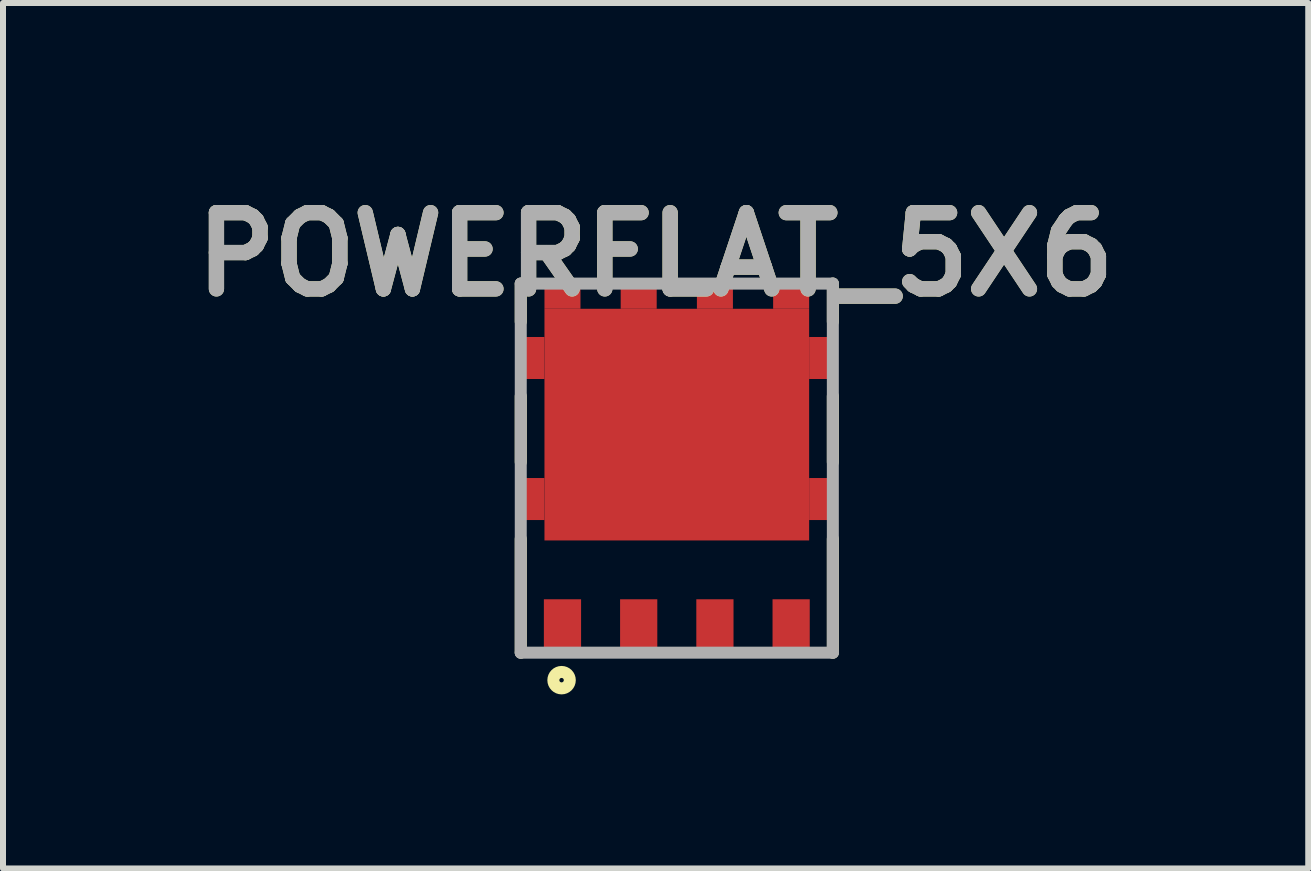
<source format=kicad_pcb>
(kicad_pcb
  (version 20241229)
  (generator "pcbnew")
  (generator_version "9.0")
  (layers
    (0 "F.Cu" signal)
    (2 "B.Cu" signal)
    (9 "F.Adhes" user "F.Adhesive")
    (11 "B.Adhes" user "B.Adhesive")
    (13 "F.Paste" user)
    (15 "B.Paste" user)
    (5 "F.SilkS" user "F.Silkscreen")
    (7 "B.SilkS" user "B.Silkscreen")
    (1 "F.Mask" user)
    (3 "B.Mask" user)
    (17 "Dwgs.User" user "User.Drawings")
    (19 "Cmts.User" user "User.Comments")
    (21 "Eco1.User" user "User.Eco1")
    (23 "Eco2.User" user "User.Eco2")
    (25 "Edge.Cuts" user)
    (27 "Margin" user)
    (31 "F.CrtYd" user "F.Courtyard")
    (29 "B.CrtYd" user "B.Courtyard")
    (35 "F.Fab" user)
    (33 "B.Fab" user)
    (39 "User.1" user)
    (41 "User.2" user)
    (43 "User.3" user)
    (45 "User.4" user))
  (footprint "POWERFLAT_5X6"
    (layer "F.Cu")
    (at 8.227 4.75)
    (property "Reference" "POWERFLAT_5X6" (at -0.353 -3.561 0) (layer "F.SilkS") (effects (font (size 1.27 1.27) (thickness 0.254))))
    (attr smd)
    (fp_line (start -2.6 -3.075) (end -2.6 -2.44) (stroke (width 0.2) (type solid)) (layer "F.SilkS"))
    (fp_line (start -2.6 -0.1) (end -2.6 -1.2) (stroke (width 0.2) (type solid)) (layer "F.SilkS"))
    (fp_line (start -2.6 3.075) (end -2.6 1.179) (stroke (width 0.2) (type solid)) (layer "F.SilkS"))
    (fp_line (start 2.6 -3.075) (end 2.6 -2.44) (stroke (width 0.2) (type solid)) (layer "F.SilkS"))
    (fp_line (start 2.6 -0.1) (end 2.6 -1.2) (stroke (width 0.2) (type solid)) (layer "F.SilkS"))
    (fp_line (start 2.6 3.075) (end 2.6 1.179) (stroke (width 0.2) (type solid)) (layer "F.SilkS"))
    (fp_circle (center -1.92 3.533) (end -1.92 3.57) (stroke (width 0.2) (type solid)) (fill no) (layer "F.SilkS"))
    (fp_line (start -2.6 -3.075) (end 2.6 -3.075) (stroke (width 0.2) (type solid)) (layer "F.Fab"))
    (fp_line (start -2.6 3.075) (end -2.6 -3.075) (stroke (width 0.2) (type solid)) (layer "F.Fab"))
    (fp_line (start 2.6 -3.075) (end 2.6 3.075) (stroke (width 0.2) (type solid)) (layer "F.Fab"))
    (fp_line (start 2.6 3.075) (end -2.6 3.075) (stroke (width 0.2) (type solid)) (layer "F.Fab"))
    (fp_text user "${REFERENCE}" (at -0.353 -3.561 0) (layer "F.Fab") (effects (font (size 1.27 1.27) (thickness 0.254))))
    (pad "1" smd rect (at -1.905 2.655) (size 0.62 0.94) (layers "F.Cu" "F.Mask" "F.Paste"))
    (pad "2" smd rect (at -0.635 2.655) (size 0.62 0.94) (layers "F.Cu" "F.Mask" "F.Paste"))
    (pad "3" smd rect (at 0.635 2.655) (size 0.62 0.94) (layers "F.Cu" "F.Mask" "F.Paste"))
    (pad "4" smd rect (at 1.905 2.655) (size 0.62 0.94) (layers "F.Cu" "F.Mask" "F.Paste"))
    (pad "5" smd rect (at 1.905 -2.89 90) (size 0.47 0.6) (layers "F.Cu" "F.Mask" "F.Paste"))
    (pad "6" smd rect (at 0.635 -2.89 90) (size 0.47 0.6) (layers "F.Cu" "F.Mask" "F.Paste"))
    (pad "7" smd rect (at -0.635 -2.89 90) (size 0.47 0.6) (layers "F.Cu" "F.Mask" "F.Paste"))
    (pad "8" smd rect (at -1.905 -2.89 90) (size 0.47 0.6) (layers "F.Cu" "F.Mask" "F.Paste"))
    (pad "9" smd rect (at -2.44 -1.835) (size 0.47 0.7) (layers "F.Cu" "F.Mask" "F.Paste"))
    (pad "10" smd rect (at -2.44 0.515) (size 0.47 0.7) (layers "F.Cu" "F.Mask" "F.Paste"))
    (pad "11" smd rect (at 0 -0.725 90) (size 3.86 4.41) (layers "F.Cu" "F.Mask" "F.Paste"))
    (pad "12" smd rect (at 2.44 -1.835) (size 0.47 0.7) (layers "F.Cu" "F.Mask" "F.Paste"))
    (pad "13" smd rect (at 2.44 0.515) (size 0.47 0.7) (layers "F.Cu" "F.Mask" "F.Paste")))
  (gr_rect
    (start -3 -3)
    (end 18.748 11.42)
    (stroke (width 0.1) (type default))
    (fill no)
    (layer "Edge.Cuts")))
</source>
